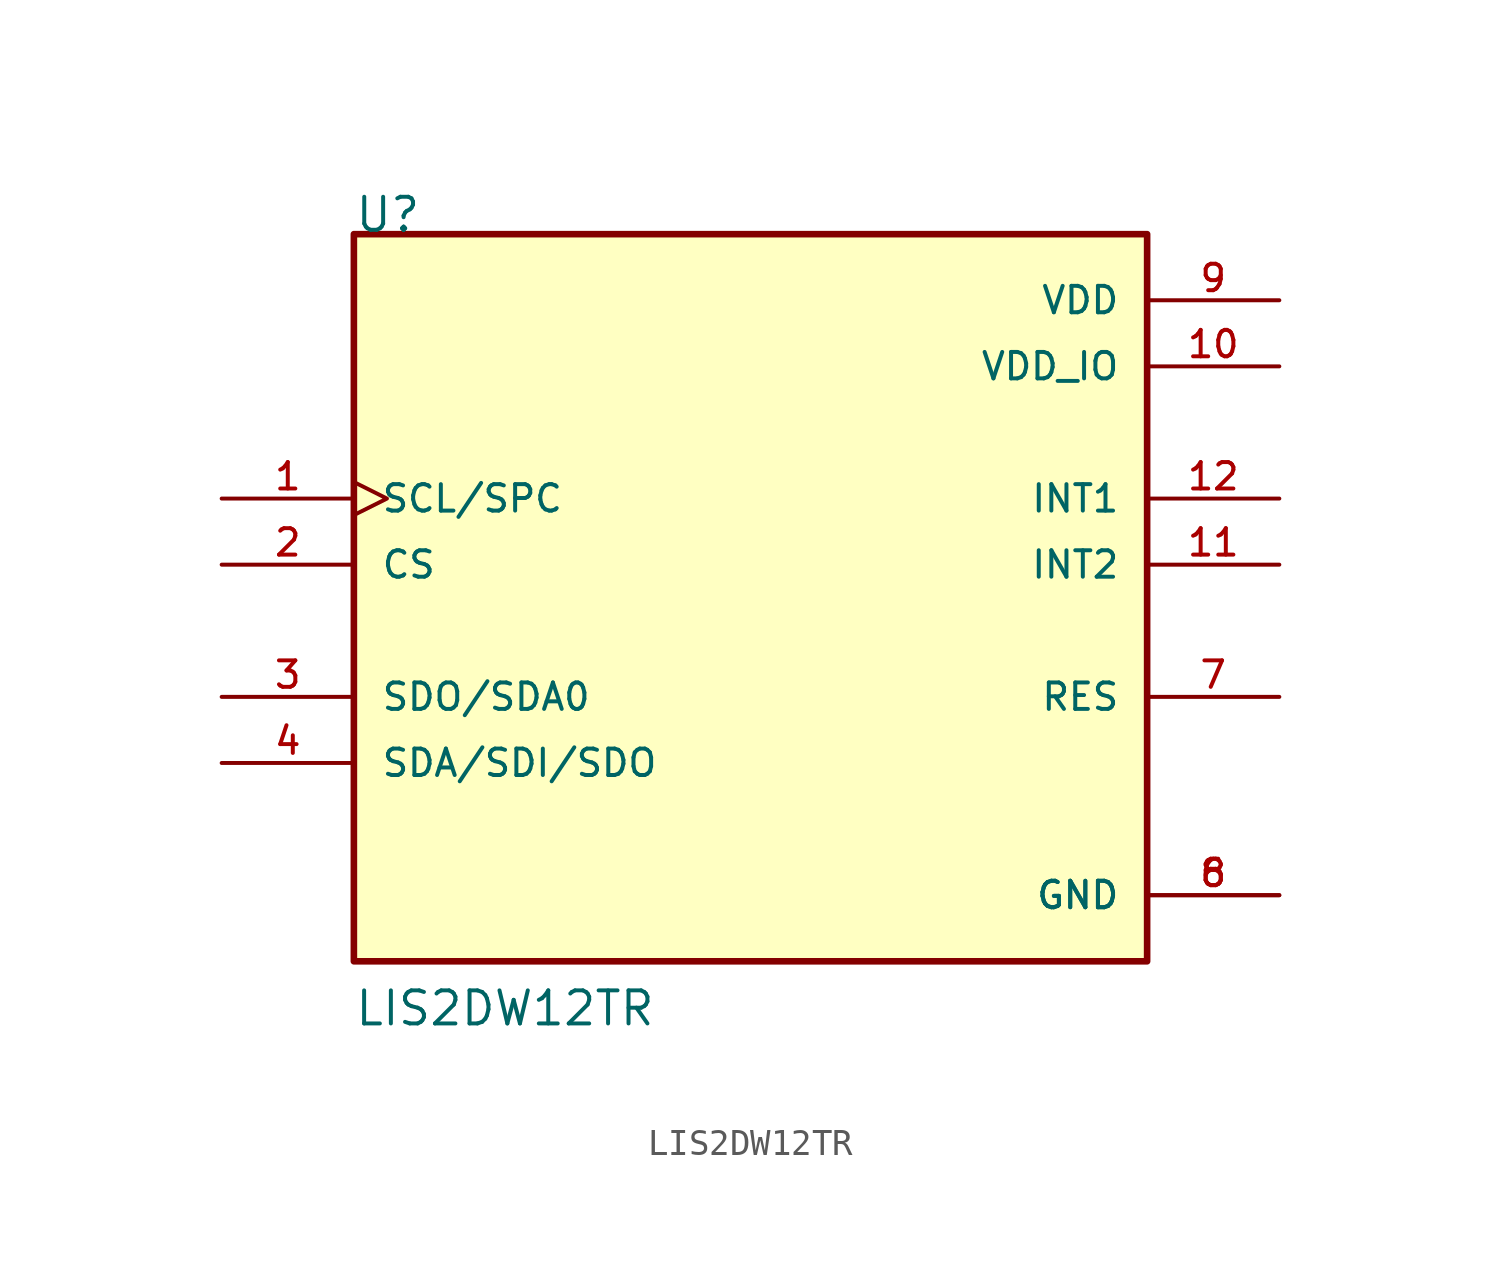
<source format=kicad_sym>
(kicad_symbol_lib
  (version 20211014)
  (generator kicad_symbol_editor)
  (symbol "LIS2DW12TR"
    (pin_names
      (offset 1.016))
    (property "Reference" "U"
      (at -15.244 12.703 0)
      (effects (font (size 1.27 1.27)) (justify bottom left)))
    (property "Value" "LIS2DW12TR"
      (at -15.249 -17.791 0)
      (effects (font (size 1.27 1.27)) (justify bottom left)))
    (symbol "LIS2DW12TR_0_0"
      (rectangle (start -15.24 -15.24) (end 15.24 12.7) (stroke (width 0.254)) (fill (type background)))
      (pin power_in line (at 20.32 -12.7 180.0) (length 5.08) (name "GND" (effects (font (size 1.016 1.016)))) (number "6" (effects (font (size 1.016 1.016)))))
      (pin power_in line (at 20.32 -12.7 180.0) (length 5.08) (name "GND" (effects (font (size 1.016 1.016)))) (number "8" (effects (font (size 1.016 1.016)))))
      (pin power_in line (at 20.32 7.62 180.0) (length 5.08) (name "VDD_IO" (effects (font (size 1.016 1.016)))) (number "10" (effects (font (size 1.016 1.016)))))
      (pin output line (at 20.32 0.0 180.0) (length 5.08) (name "INT2" (effects (font (size 1.016 1.016)))) (number "11" (effects (font (size 1.016 1.016)))))
      (pin output line (at 20.32 2.54 180.0) (length 5.08) (name "INT1" (effects (font (size 1.016 1.016)))) (number "12" (effects (font (size 1.016 1.016)))))
      (pin input clock (at -20.32 2.54 0) (length 5.08) (name "SCL/SPC" (effects (font (size 1.016 1.016)))) (number "1" (effects (font (size 1.016 1.016)))))
      (pin bidirectional line (at -20.32 -5.08 0) (length 5.08) (name "SDO/SDA0" (effects (font (size 1.016 1.016)))) (number "3" (effects (font (size 1.016 1.016)))))
      (pin bidirectional line (at -20.32 -7.62 0) (length 5.08) (name "SDA/SDI/SDO" (effects (font (size 1.016 1.016)))) (number "4" (effects (font (size 1.016 1.016)))))
      (pin input line (at -20.32 0.0 0) (length 5.08) (name "CS" (effects (font (size 1.016 1.016)))) (number "2" (effects (font (size 1.016 1.016)))))
      (pin power_in line (at 20.32 10.16 180.0) (length 5.08) (name "VDD" (effects (font (size 1.016 1.016)))) (number "9" (effects (font (size 1.016 1.016)))))
      (pin passive line (at 20.32 -5.08 180.0) (length 5.08) (name "RES" (effects (font (size 1.016 1.016)))) (number "7" (effects (font (size 1.016 1.016))))))))
</source>
